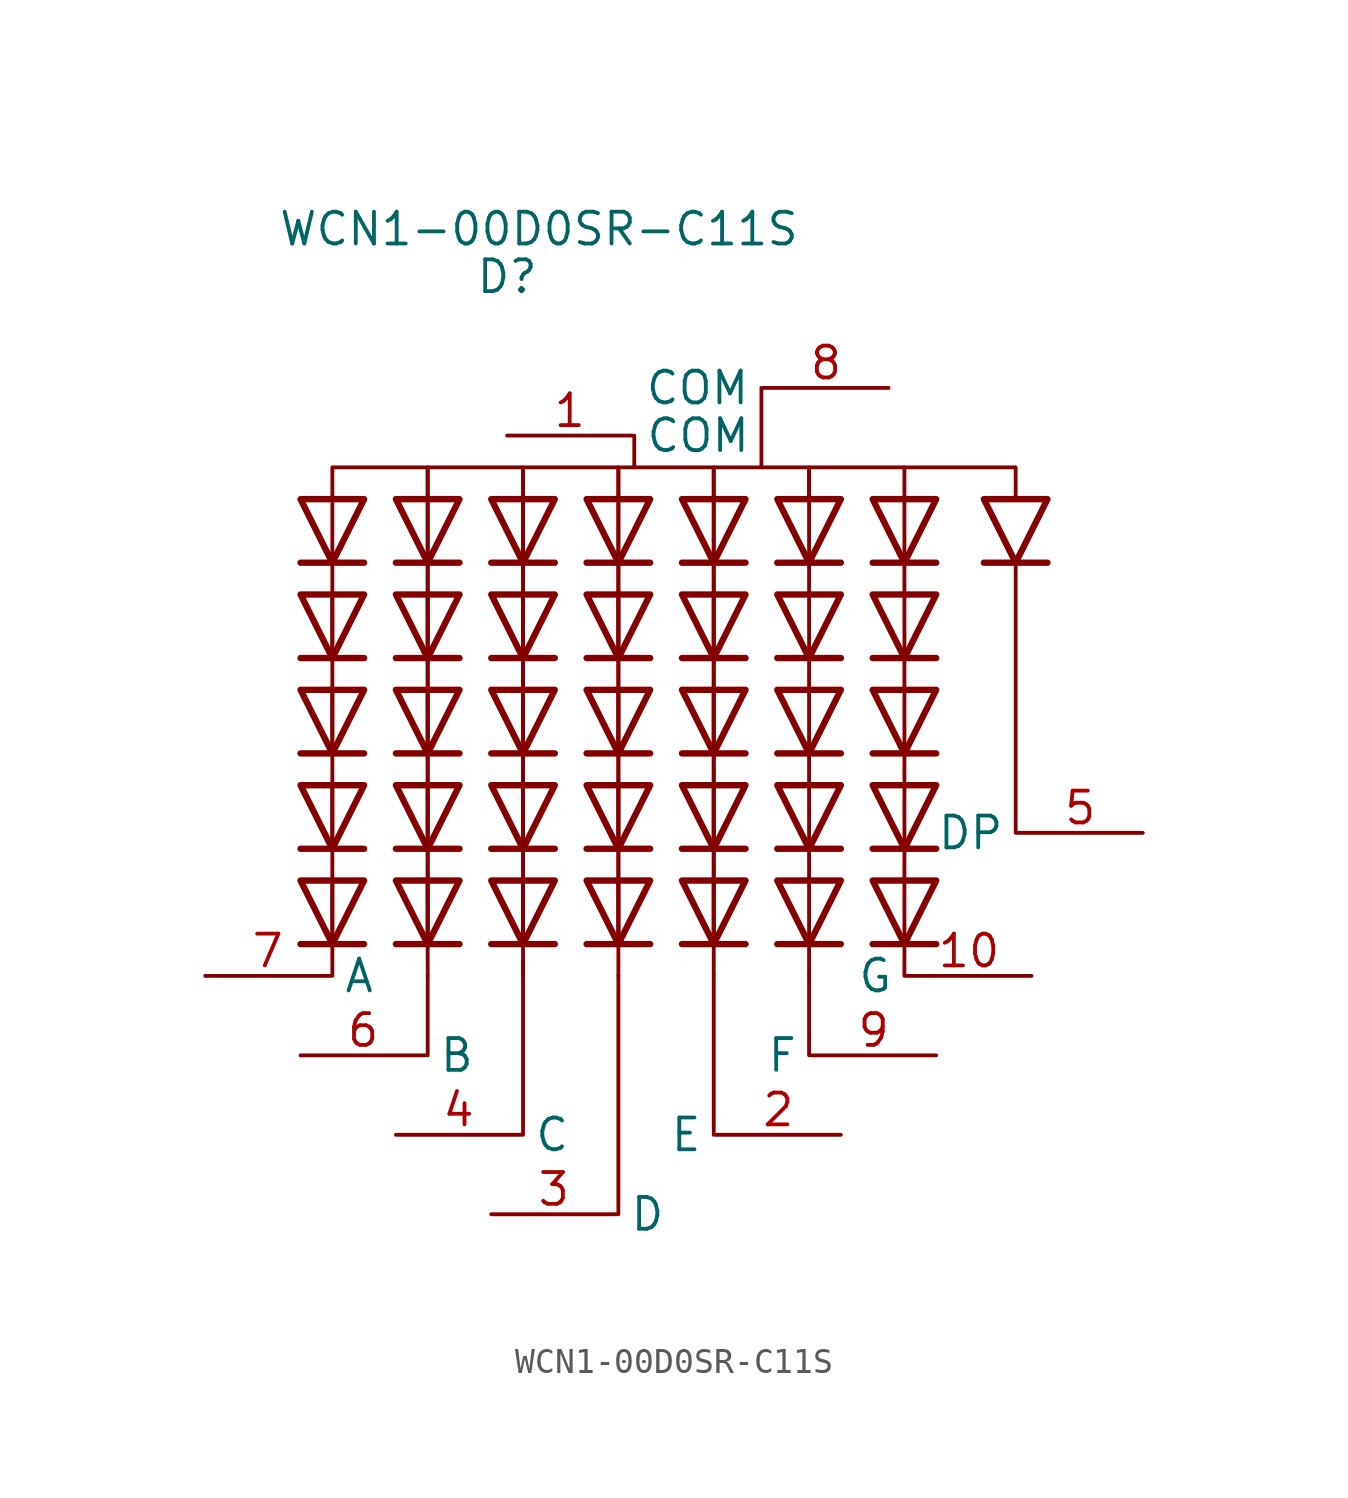
<source format=kicad_sym>
(kicad_symbol_lib
  (version 20211014)
  (generator kicad_symbol_editor)
  (symbol "WCN1-00D0SR-C11S"
    (property "Reference" "D"
      (at -6.985 2.54 0)
      (effects (font (size 1.27 1.27))))
    (property "Value" "WCN1-00D0SR-C11S"
      (at -5.715 4.445 0)
      (effects (font (size 1.27 1.27))))
    (symbol "WCN1-00D0SR-C11S_0_1"
      (polyline (pts (xy -13.97 -24.13) (xy -13.97 -25.4)) (stroke (width 0) (type default) (color 0 0 0 0)) (fill (type none)))
      (polyline (pts (xy -13.97 -24.13) (xy -13.97 -21.59)) (stroke (width 0) (type default) (color 0 0 0 0)) (fill (type none)))
      (polyline (pts (xy -13.97 -20.32) (xy -13.97 -17.78)) (stroke (width 0) (type default) (color 0 0 0 0)) (fill (type none)))
      (polyline (pts (xy -13.97 -16.51) (xy -13.97 -13.97)) (stroke (width 0) (type default) (color 0 0 0 0)) (fill (type none)))
      (polyline (pts (xy -13.97 -12.7) (xy -13.97 -10.16)) (stroke (width 0) (type default) (color 0 0 0 0)) (fill (type none)))
      (polyline (pts (xy -13.97 -8.89) (xy -13.97 -6.35)) (stroke (width 0) (type default) (color 0 0 0 0)) (fill (type none)))
      (polyline (pts (xy -12.7 -24.13) (xy -15.24 -24.13)) (stroke (width 0.254) (type default) (color 0 0 0 0)) (fill (type none)))
      (polyline (pts (xy -12.7 -20.32) (xy -15.24 -20.32)) (stroke (width 0.254) (type default) (color 0 0 0 0)) (fill (type none)))
      (polyline (pts (xy -12.7 -16.51) (xy -15.24 -16.51)) (stroke (width 0.254) (type default) (color 0 0 0 0)) (fill (type none)))
      (polyline (pts (xy -12.7 -12.7) (xy -15.24 -12.7)) (stroke (width 0.254) (type default) (color 0 0 0 0)) (fill (type none)))
      (polyline (pts (xy -12.7 -8.89) (xy -15.24 -8.89)) (stroke (width 0.254) (type default) (color 0 0 0 0)) (fill (type none)))
      (polyline (pts (xy -10.16 -25.4) (xy -10.16 -28.575)) (stroke (width 0) (type default) (color 0 0 0 0)) (fill (type none)))
      (polyline (pts (xy -10.16 -24.13) (xy -10.16 -25.4)) (stroke (width 0) (type default) (color 0 0 0 0)) (fill (type none)))
      (polyline (pts (xy -10.16 -24.13) (xy -10.16 -21.59)) (stroke (width 0) (type default) (color 0 0 0 0)) (fill (type none)))
      (polyline (pts (xy -10.16 -20.32) (xy -10.16 -17.78)) (stroke (width 0) (type default) (color 0 0 0 0)) (fill (type none)))
      (polyline (pts (xy -10.16 -16.51) (xy -10.16 -13.97)) (stroke (width 0) (type default) (color 0 0 0 0)) (fill (type none)))
      (polyline (pts (xy -10.16 -12.7) (xy -10.16 -10.16)) (stroke (width 0) (type default) (color 0 0 0 0)) (fill (type none)))
      (polyline (pts (xy -10.16 -8.89) (xy -10.16 -6.35)) (stroke (width 0) (type default) (color 0 0 0 0)) (fill (type none)))
      (polyline (pts (xy -8.89 -24.13) (xy -11.43 -24.13)) (stroke (width 0.254) (type default) (color 0 0 0 0)) (fill (type none)))
      (polyline (pts (xy -8.89 -20.32) (xy -11.43 -20.32)) (stroke (width 0.254) (type default) (color 0 0 0 0)) (fill (type none)))
      (polyline (pts (xy -8.89 -16.51) (xy -11.43 -16.51)) (stroke (width 0.254) (type default) (color 0 0 0 0)) (fill (type none)))
      (polyline (pts (xy -8.89 -12.7) (xy -11.43 -12.7)) (stroke (width 0.254) (type default) (color 0 0 0 0)) (fill (type none)))
      (polyline (pts (xy -8.89 -8.89) (xy -11.43 -8.89)) (stroke (width 0.254) (type default) (color 0 0 0 0)) (fill (type none)))
      (polyline (pts (xy -6.35 -31.75) (xy -6.35 -24.765)) (stroke (width 0) (type default) (color 0 0 0 0)) (fill (type none)))
      (polyline (pts (xy -6.35 -24.13) (xy -6.35 -25.4)) (stroke (width 0) (type default) (color 0 0 0 0)) (fill (type none)))
      (polyline (pts (xy -6.35 -24.13) (xy -6.35 -21.59)) (stroke (width 0) (type default) (color 0 0 0 0)) (fill (type none)))
      (polyline (pts (xy -6.35 -20.32) (xy -6.35 -17.78)) (stroke (width 0) (type default) (color 0 0 0 0)) (fill (type none)))
      (polyline (pts (xy -6.35 -16.51) (xy -6.35 -13.97)) (stroke (width 0) (type default) (color 0 0 0 0)) (fill (type none)))
      (polyline (pts (xy -6.35 -12.7) (xy -6.35 -10.16)) (stroke (width 0) (type default) (color 0 0 0 0)) (fill (type none)))
      (polyline (pts (xy -6.35 -8.89) (xy -6.35 -6.35)) (stroke (width 0) (type default) (color 0 0 0 0)) (fill (type none)))
      (polyline (pts (xy -5.08 -24.13) (xy -7.62 -24.13)) (stroke (width 0.254) (type default) (color 0 0 0 0)) (fill (type none)))
      (polyline (pts (xy -5.08 -20.32) (xy -7.62 -20.32)) (stroke (width 0.254) (type default) (color 0 0 0 0)) (fill (type none)))
      (polyline (pts (xy -5.08 -16.51) (xy -7.62 -16.51)) (stroke (width 0.254) (type default) (color 0 0 0 0)) (fill (type none)))
      (polyline (pts (xy -5.08 -12.7) (xy -7.62 -12.7)) (stroke (width 0.254) (type default) (color 0 0 0 0)) (fill (type none)))
      (polyline (pts (xy -5.08 -8.89) (xy -7.62 -8.89)) (stroke (width 0.254) (type default) (color 0 0 0 0)) (fill (type none)))
      (polyline (pts (xy -2.54 -25.4) (xy -2.54 -34.925)) (stroke (width 0) (type default) (color 0 0 0 0)) (fill (type none)))
      (polyline (pts (xy -2.54 -24.13) (xy -2.54 -25.4)) (stroke (width 0) (type default) (color 0 0 0 0)) (fill (type none)))
      (polyline (pts (xy -2.54 -24.13) (xy -2.54 -21.59)) (stroke (width 0) (type default) (color 0 0 0 0)) (fill (type none)))
      (polyline (pts (xy -2.54 -20.32) (xy -2.54 -17.78)) (stroke (width 0) (type default) (color 0 0 0 0)) (fill (type none)))
      (polyline (pts (xy -2.54 -16.51) (xy -2.54 -13.97)) (stroke (width 0) (type default) (color 0 0 0 0)) (fill (type none)))
      (polyline (pts (xy -2.54 -12.7) (xy -2.54 -10.16)) (stroke (width 0) (type default) (color 0 0 0 0)) (fill (type none)))
      (polyline (pts (xy -2.54 -8.89) (xy -2.54 -6.35)) (stroke (width 0) (type default) (color 0 0 0 0)) (fill (type none)))
      (polyline (pts (xy -1.905 -3.81) (xy -1.905 -5.08)) (stroke (width 0) (type default) (color 0 0 0 0)) (fill (type none)))
      (polyline (pts (xy -1.27 -24.13) (xy -3.81 -24.13)) (stroke (width 0.254) (type default) (color 0 0 0 0)) (fill (type none)))
      (polyline (pts (xy -1.27 -20.32) (xy -3.81 -20.32)) (stroke (width 0.254) (type default) (color 0 0 0 0)) (fill (type none)))
      (polyline (pts (xy -1.27 -16.51) (xy -3.81 -16.51)) (stroke (width 0.254) (type default) (color 0 0 0 0)) (fill (type none)))
      (polyline (pts (xy -1.27 -12.7) (xy -3.81 -12.7)) (stroke (width 0.254) (type default) (color 0 0 0 0)) (fill (type none)))
      (polyline (pts (xy -1.27 -8.89) (xy -3.81 -8.89)) (stroke (width 0.254) (type default) (color 0 0 0 0)) (fill (type none)))
      (polyline (pts (xy 1.27 -25.4) (xy 1.27 -31.75)) (stroke (width 0) (type default) (color 0 0 0 0)) (fill (type none)))
      (polyline (pts (xy 1.27 -24.13) (xy 1.27 -25.4)) (stroke (width 0) (type default) (color 0 0 0 0)) (fill (type none)))
      (polyline (pts (xy 1.27 -24.13) (xy 1.27 -21.59)) (stroke (width 0) (type default) (color 0 0 0 0)) (fill (type none)))
      (polyline (pts (xy 1.27 -20.32) (xy 1.27 -17.78)) (stroke (width 0) (type default) (color 0 0 0 0)) (fill (type none)))
      (polyline (pts (xy 1.27 -16.51) (xy 1.27 -13.97)) (stroke (width 0) (type default) (color 0 0 0 0)) (fill (type none)))
      (polyline (pts (xy 1.27 -12.7) (xy 1.27 -10.16)) (stroke (width 0) (type default) (color 0 0 0 0)) (fill (type none)))
      (polyline (pts (xy 1.27 -8.89) (xy 1.27 -6.35)) (stroke (width 0) (type default) (color 0 0 0 0)) (fill (type none)))
      (polyline (pts (xy 2.54 -24.13) (xy 0 -24.13)) (stroke (width 0.254) (type default) (color 0 0 0 0)) (fill (type none)))
      (polyline (pts (xy 2.54 -20.32) (xy 0 -20.32)) (stroke (width 0.254) (type default) (color 0 0 0 0)) (fill (type none)))
      (polyline (pts (xy 2.54 -16.51) (xy 0 -16.51)) (stroke (width 0.254) (type default) (color 0 0 0 0)) (fill (type none)))
      (polyline (pts (xy 2.54 -12.7) (xy 0 -12.7)) (stroke (width 0.254) (type default) (color 0 0 0 0)) (fill (type none)))
      (polyline (pts (xy 2.54 -8.89) (xy 0 -8.89)) (stroke (width 0.254) (type default) (color 0 0 0 0)) (fill (type none)))
      (polyline (pts (xy 3.175 -1.905) (xy 3.175 -5.08)) (stroke (width 0) (type default) (color 0 0 0 0)) (fill (type none)))
      (polyline (pts (xy 5.08 -25.4) (xy 5.08 -28.575)) (stroke (width 0) (type default) (color 0 0 0 0)) (fill (type none)))
      (polyline (pts (xy 5.08 -24.13) (xy 5.08 -25.4)) (stroke (width 0) (type default) (color 0 0 0 0)) (fill (type none)))
      (polyline (pts (xy 6.35 -24.13) (xy 3.81 -24.13)) (stroke (width 0.254) (type default) (color 0 0 0 0)) (fill (type none)))
      (polyline (pts (xy 6.35 -20.32) (xy 3.81 -20.32)) (stroke (width 0.254) (type default) (color 0 0 0 0)) (fill (type none)))
      (polyline (pts (xy 6.35 -16.51) (xy 3.81 -16.51)) (stroke (width 0.254) (type default) (color 0 0 0 0)) (fill (type none)))
      (polyline (pts (xy 6.35 -12.7) (xy 3.81 -12.7)) (stroke (width 0.254) (type default) (color 0 0 0 0)) (fill (type none)))
      (polyline (pts (xy 6.35 -8.89) (xy 3.81 -8.89)) (stroke (width 0.254) (type default) (color 0 0 0 0)) (fill (type none)))
      (polyline (pts (xy 8.89 -24.13) (xy 8.89 -25.4)) (stroke (width 0) (type default) (color 0 0 0 0)) (fill (type none)))
      (polyline (pts (xy 10.16 -24.13) (xy 7.62 -24.13)) (stroke (width 0.254) (type default) (color 0 0 0 0)) (fill (type none)))
      (polyline (pts (xy 10.16 -20.32) (xy 7.62 -20.32)) (stroke (width 0.254) (type default) (color 0 0 0 0)) (fill (type none)))
      (polyline (pts (xy 10.16 -16.51) (xy 7.62 -16.51)) (stroke (width 0.254) (type default) (color 0 0 0 0)) (fill (type none)))
      (polyline (pts (xy 10.16 -12.7) (xy 7.62 -12.7)) (stroke (width 0.254) (type default) (color 0 0 0 0)) (fill (type none)))
      (polyline (pts (xy 10.16 -8.89) (xy 7.62 -8.89)) (stroke (width 0.254) (type default) (color 0 0 0 0)) (fill (type none)))
      (polyline (pts (xy 13.335 -8.89) (xy 13.335 -19.685)) (stroke (width 0) (type default) (color 0 0 0 0)) (fill (type none)))
      (polyline (pts (xy 14.605 -8.89) (xy 12.065 -8.89)) (stroke (width 0.254) (type default) (color 0 0 0 0)) (fill (type none)))
      (polyline (pts (xy -13.97 -8.89) (xy -13.97 -10.16) (xy -13.97 -24.13)) (stroke (width 0) (type default) (color 0 0 0 0)) (fill (type none)))
      (polyline (pts (xy -10.16 -8.89) (xy -10.16 -10.16) (xy -10.16 -24.13)) (stroke (width 0) (type default) (color 0 0 0 0)) (fill (type none)))
      (polyline (pts (xy -6.35 -8.89) (xy -6.35 -10.16) (xy -6.35 -24.13)) (stroke (width 0) (type default) (color 0 0 0 0)) (fill (type none)))
      (polyline (pts (xy -2.54 -8.89) (xy -2.54 -10.16) (xy -2.54 -24.13)) (stroke (width 0) (type default) (color 0 0 0 0)) (fill (type none)))
      (polyline (pts (xy 1.27 -8.89) (xy 1.27 -10.16) (xy 1.27 -24.13)) (stroke (width 0) (type default) (color 0 0 0 0)) (fill (type none)))
      (polyline (pts (xy 8.89 -5.08) (xy 13.335 -5.08) (xy 13.335 -6.35)) (stroke (width 0) (type default) (color 0 0 0 0)) (fill (type none)))
      (polyline (pts (xy -13.97 -6.35) (xy -13.97 -5.08) (xy -10.16 -5.08) (xy -10.16 -24.13)) (stroke (width 0) (type default) (color 0 0 0 0)) (fill (type none)))
      (polyline (pts (xy -12.7 -21.59) (xy -15.24 -21.59) (xy -13.97 -24.13) (xy -12.7 -21.59)) (stroke (width 0.254) (type default) (color 0 0 0 0)) (fill (type none)))
      (polyline (pts (xy -12.7 -17.78) (xy -15.24 -17.78) (xy -13.97 -20.32) (xy -12.7 -17.78)) (stroke (width 0.254) (type default) (color 0 0 0 0)) (fill (type none)))
      (polyline (pts (xy -12.7 -13.97) (xy -15.24 -13.97) (xy -13.97 -16.51) (xy -12.7 -13.97)) (stroke (width 0.254) (type default) (color 0 0 0 0)) (fill (type none)))
      (polyline (pts (xy -12.7 -10.16) (xy -15.24 -10.16) (xy -13.97 -12.7) (xy -12.7 -10.16)) (stroke (width 0.254) (type default) (color 0 0 0 0)) (fill (type none)))
      (polyline (pts (xy -12.7 -6.35) (xy -15.24 -6.35) (xy -13.97 -8.89) (xy -12.7 -6.35)) (stroke (width 0.254) (type default) (color 0 0 0 0)) (fill (type none)))
      (polyline (pts (xy -10.16 -6.35) (xy -10.16 -5.08) (xy -6.35 -5.08) (xy -6.35 -24.13)) (stroke (width 0) (type default) (color 0 0 0 0)) (fill (type none)))
      (polyline (pts (xy -8.89 -21.59) (xy -11.43 -21.59) (xy -10.16 -24.13) (xy -8.89 -21.59)) (stroke (width 0.254) (type default) (color 0 0 0 0)) (fill (type none)))
      (polyline (pts (xy -8.89 -17.78) (xy -11.43 -17.78) (xy -10.16 -20.32) (xy -8.89 -17.78)) (stroke (width 0.254) (type default) (color 0 0 0 0)) (fill (type none)))
      (polyline (pts (xy -8.89 -13.97) (xy -11.43 -13.97) (xy -10.16 -16.51) (xy -8.89 -13.97)) (stroke (width 0.254) (type default) (color 0 0 0 0)) (fill (type none)))
      (polyline (pts (xy -8.89 -10.16) (xy -11.43 -10.16) (xy -10.16 -12.7) (xy -8.89 -10.16)) (stroke (width 0.254) (type default) (color 0 0 0 0)) (fill (type none)))
      (polyline (pts (xy -8.89 -6.35) (xy -11.43 -6.35) (xy -10.16 -8.89) (xy -8.89 -6.35)) (stroke (width 0.254) (type default) (color 0 0 0 0)) (fill (type none)))
      (polyline (pts (xy -6.35 -6.35) (xy -6.35 -5.08) (xy -2.54 -5.08) (xy -2.54 -24.13)) (stroke (width 0) (type default) (color 0 0 0 0)) (fill (type none)))
      (polyline (pts (xy -5.08 -21.59) (xy -7.62 -21.59) (xy -6.35 -24.13) (xy -5.08 -21.59)) (stroke (width 0.254) (type default) (color 0 0 0 0)) (fill (type none)))
      (polyline (pts (xy -5.08 -17.78) (xy -7.62 -17.78) (xy -6.35 -20.32) (xy -5.08 -17.78)) (stroke (width 0.254) (type default) (color 0 0 0 0)) (fill (type none)))
      (polyline (pts (xy -5.08 -13.97) (xy -7.62 -13.97) (xy -6.35 -16.51) (xy -5.08 -13.97)) (stroke (width 0.254) (type default) (color 0 0 0 0)) (fill (type none)))
      (polyline (pts (xy -5.08 -10.16) (xy -7.62 -10.16) (xy -6.35 -12.7) (xy -5.08 -10.16)) (stroke (width 0.254) (type default) (color 0 0 0 0)) (fill (type none)))
      (polyline (pts (xy -5.08 -6.35) (xy -7.62 -6.35) (xy -6.35 -8.89) (xy -5.08 -6.35)) (stroke (width 0.254) (type default) (color 0 0 0 0)) (fill (type none)))
      (polyline (pts (xy -2.54 -6.35) (xy -2.54 -5.08) (xy 1.27 -5.08) (xy 1.27 -24.13)) (stroke (width 0) (type default) (color 0 0 0 0)) (fill (type none)))
      (polyline (pts (xy -1.27 -21.59) (xy -3.81 -21.59) (xy -2.54 -24.13) (xy -1.27 -21.59)) (stroke (width 0.254) (type default) (color 0 0 0 0)) (fill (type none)))
      (polyline (pts (xy -1.27 -17.78) (xy -3.81 -17.78) (xy -2.54 -20.32) (xy -1.27 -17.78)) (stroke (width 0.254) (type default) (color 0 0 0 0)) (fill (type none)))
      (polyline (pts (xy -1.27 -13.97) (xy -3.81 -13.97) (xy -2.54 -16.51) (xy -1.27 -13.97)) (stroke (width 0.254) (type default) (color 0 0 0 0)) (fill (type none)))
      (polyline (pts (xy -1.27 -10.16) (xy -3.81 -10.16) (xy -2.54 -12.7) (xy -1.27 -10.16)) (stroke (width 0.254) (type default) (color 0 0 0 0)) (fill (type none)))
      (polyline (pts (xy -1.27 -6.35) (xy -3.81 -6.35) (xy -2.54 -8.89) (xy -1.27 -6.35)) (stroke (width 0.254) (type default) (color 0 0 0 0)) (fill (type none)))
      (polyline (pts (xy 1.27 -6.35) (xy 1.27 -5.08) (xy 5.08 -5.08) (xy 5.08 -24.13)) (stroke (width 0) (type default) (color 0 0 0 0)) (fill (type none)))
      (polyline (pts (xy 2.54 -21.59) (xy 0 -21.59) (xy 1.27 -24.13) (xy 2.54 -21.59)) (stroke (width 0.254) (type default) (color 0 0 0 0)) (fill (type none)))
      (polyline (pts (xy 2.54 -17.78) (xy 0 -17.78) (xy 1.27 -20.32) (xy 2.54 -17.78)) (stroke (width 0.254) (type default) (color 0 0 0 0)) (fill (type none)))
      (polyline (pts (xy 2.54 -13.97) (xy 0 -13.97) (xy 1.27 -16.51) (xy 2.54 -13.97)) (stroke (width 0.254) (type default) (color 0 0 0 0)) (fill (type none)))
      (polyline (pts (xy 2.54 -10.16) (xy 0 -10.16) (xy 1.27 -12.7) (xy 2.54 -10.16)) (stroke (width 0.254) (type default) (color 0 0 0 0)) (fill (type none)))
      (polyline (pts (xy 2.54 -6.35) (xy 0 -6.35) (xy 1.27 -8.89) (xy 2.54 -6.35)) (stroke (width 0.254) (type default) (color 0 0 0 0)) (fill (type none)))
      (polyline (pts (xy 5.08 -6.35) (xy 5.08 -5.08) (xy 8.89 -5.08) (xy 8.89 -24.13)) (stroke (width 0) (type default) (color 0 0 0 0)) (fill (type none)))
      (polyline (pts (xy 6.35 -21.59) (xy 3.81 -21.59) (xy 5.08 -24.13) (xy 6.35 -21.59)) (stroke (width 0.254) (type default) (color 0 0 0 0)) (fill (type none)))
      (polyline (pts (xy 6.35 -17.78) (xy 3.81 -17.78) (xy 5.08 -20.32) (xy 6.35 -17.78)) (stroke (width 0.254) (type default) (color 0 0 0 0)) (fill (type none)))
      (polyline (pts (xy 6.35 -13.97) (xy 3.81 -13.97) (xy 5.08 -16.51) (xy 6.35 -13.97)) (stroke (width 0.254) (type default) (color 0 0 0 0)) (fill (type none)))
      (polyline (pts (xy 6.35 -10.16) (xy 3.81 -10.16) (xy 5.08 -12.7) (xy 6.35 -10.16)) (stroke (width 0.254) (type default) (color 0 0 0 0)) (fill (type none)))
      (polyline (pts (xy 6.35 -6.35) (xy 3.81 -6.35) (xy 5.08 -8.89) (xy 6.35 -6.35)) (stroke (width 0.254) (type default) (color 0 0 0 0)) (fill (type none)))
      (polyline (pts (xy 10.16 -21.59) (xy 7.62 -21.59) (xy 8.89 -24.13) (xy 10.16 -21.59)) (stroke (width 0.254) (type default) (color 0 0 0 0)) (fill (type none)))
      (polyline (pts (xy 10.16 -17.78) (xy 7.62 -17.78) (xy 8.89 -20.32) (xy 10.16 -17.78)) (stroke (width 0.254) (type default) (color 0 0 0 0)) (fill (type none)))
      (polyline (pts (xy 10.16 -13.97) (xy 7.62 -13.97) (xy 8.89 -16.51) (xy 10.16 -13.97)) (stroke (width 0.254) (type default) (color 0 0 0 0)) (fill (type none)))
      (polyline (pts (xy 10.16 -10.16) (xy 7.62 -10.16) (xy 8.89 -12.7) (xy 10.16 -10.16)) (stroke (width 0.254) (type default) (color 0 0 0 0)) (fill (type none)))
      (polyline (pts (xy 10.16 -6.35) (xy 7.62 -6.35) (xy 8.89 -8.89) (xy 10.16 -6.35)) (stroke (width 0.254) (type default) (color 0 0 0 0)) (fill (type none)))
      (polyline (pts (xy 14.605 -6.35) (xy 12.065 -6.35) (xy 13.335 -8.89) (xy 14.605 -6.35)) (stroke (width 0.254) (type default) (color 0 0 0 0)) (fill (type none))))
    (symbol "WCN1-00D0SR-C11S_1_1"
      (pin input line (at -6.985 -3.81 0) (length 5) (name "COM" (effects (font (size 1.27 1.27)))) (number "1" (effects (font (size 1.27 1.27)))))
      (pin input line (at 13.97 -25.4 180) (length 5) (name "G" (effects (font (size 1.27 1.27)))) (number "10" (effects (font (size 1.27 1.27)))))
      (pin input line (at 6.35 -31.75 180) (length 5) (name "E" (effects (font (size 1.27 1.27)))) (number "2" (effects (font (size 1.27 1.27)))))
      (pin input line (at -7.62 -34.925 0) (length 5) (name "D" (effects (font (size 1.27 1.27)))) (number "3" (effects (font (size 1.27 1.27)))))
      (pin input line (at -11.43 -31.75 0) (length 5) (name "C" (effects (font (size 1.27 1.27)))) (number "4" (effects (font (size 1.27 1.27)))))
      (pin input line (at 18.415 -19.685 180) (length 5) (name "DP" (effects (font (size 1.27 1.27)))) (number "5" (effects (font (size 1.27 1.27)))))
      (pin input line (at -15.24 -28.575 0) (length 5) (name "B" (effects (font (size 1.27 1.27)))) (number "6" (effects (font (size 1.27 1.27)))))
      (pin input line (at -19.05 -25.4 0) (length 5) (name "A" (effects (font (size 1.27 1.27)))) (number "7" (effects (font (size 1.27 1.27)))))
      (pin input line (at 8.255 -1.905 180) (length 5) (name "COM" (effects (font (size 1.27 1.27)))) (number "8" (effects (font (size 1.27 1.27)))))
      (pin input line (at 10.16 -28.575 180) (length 5) (name "F" (effects (font (size 1.27 1.27)))) (number "9" (effects (font (size 1.27 1.27))))))))
</source>
